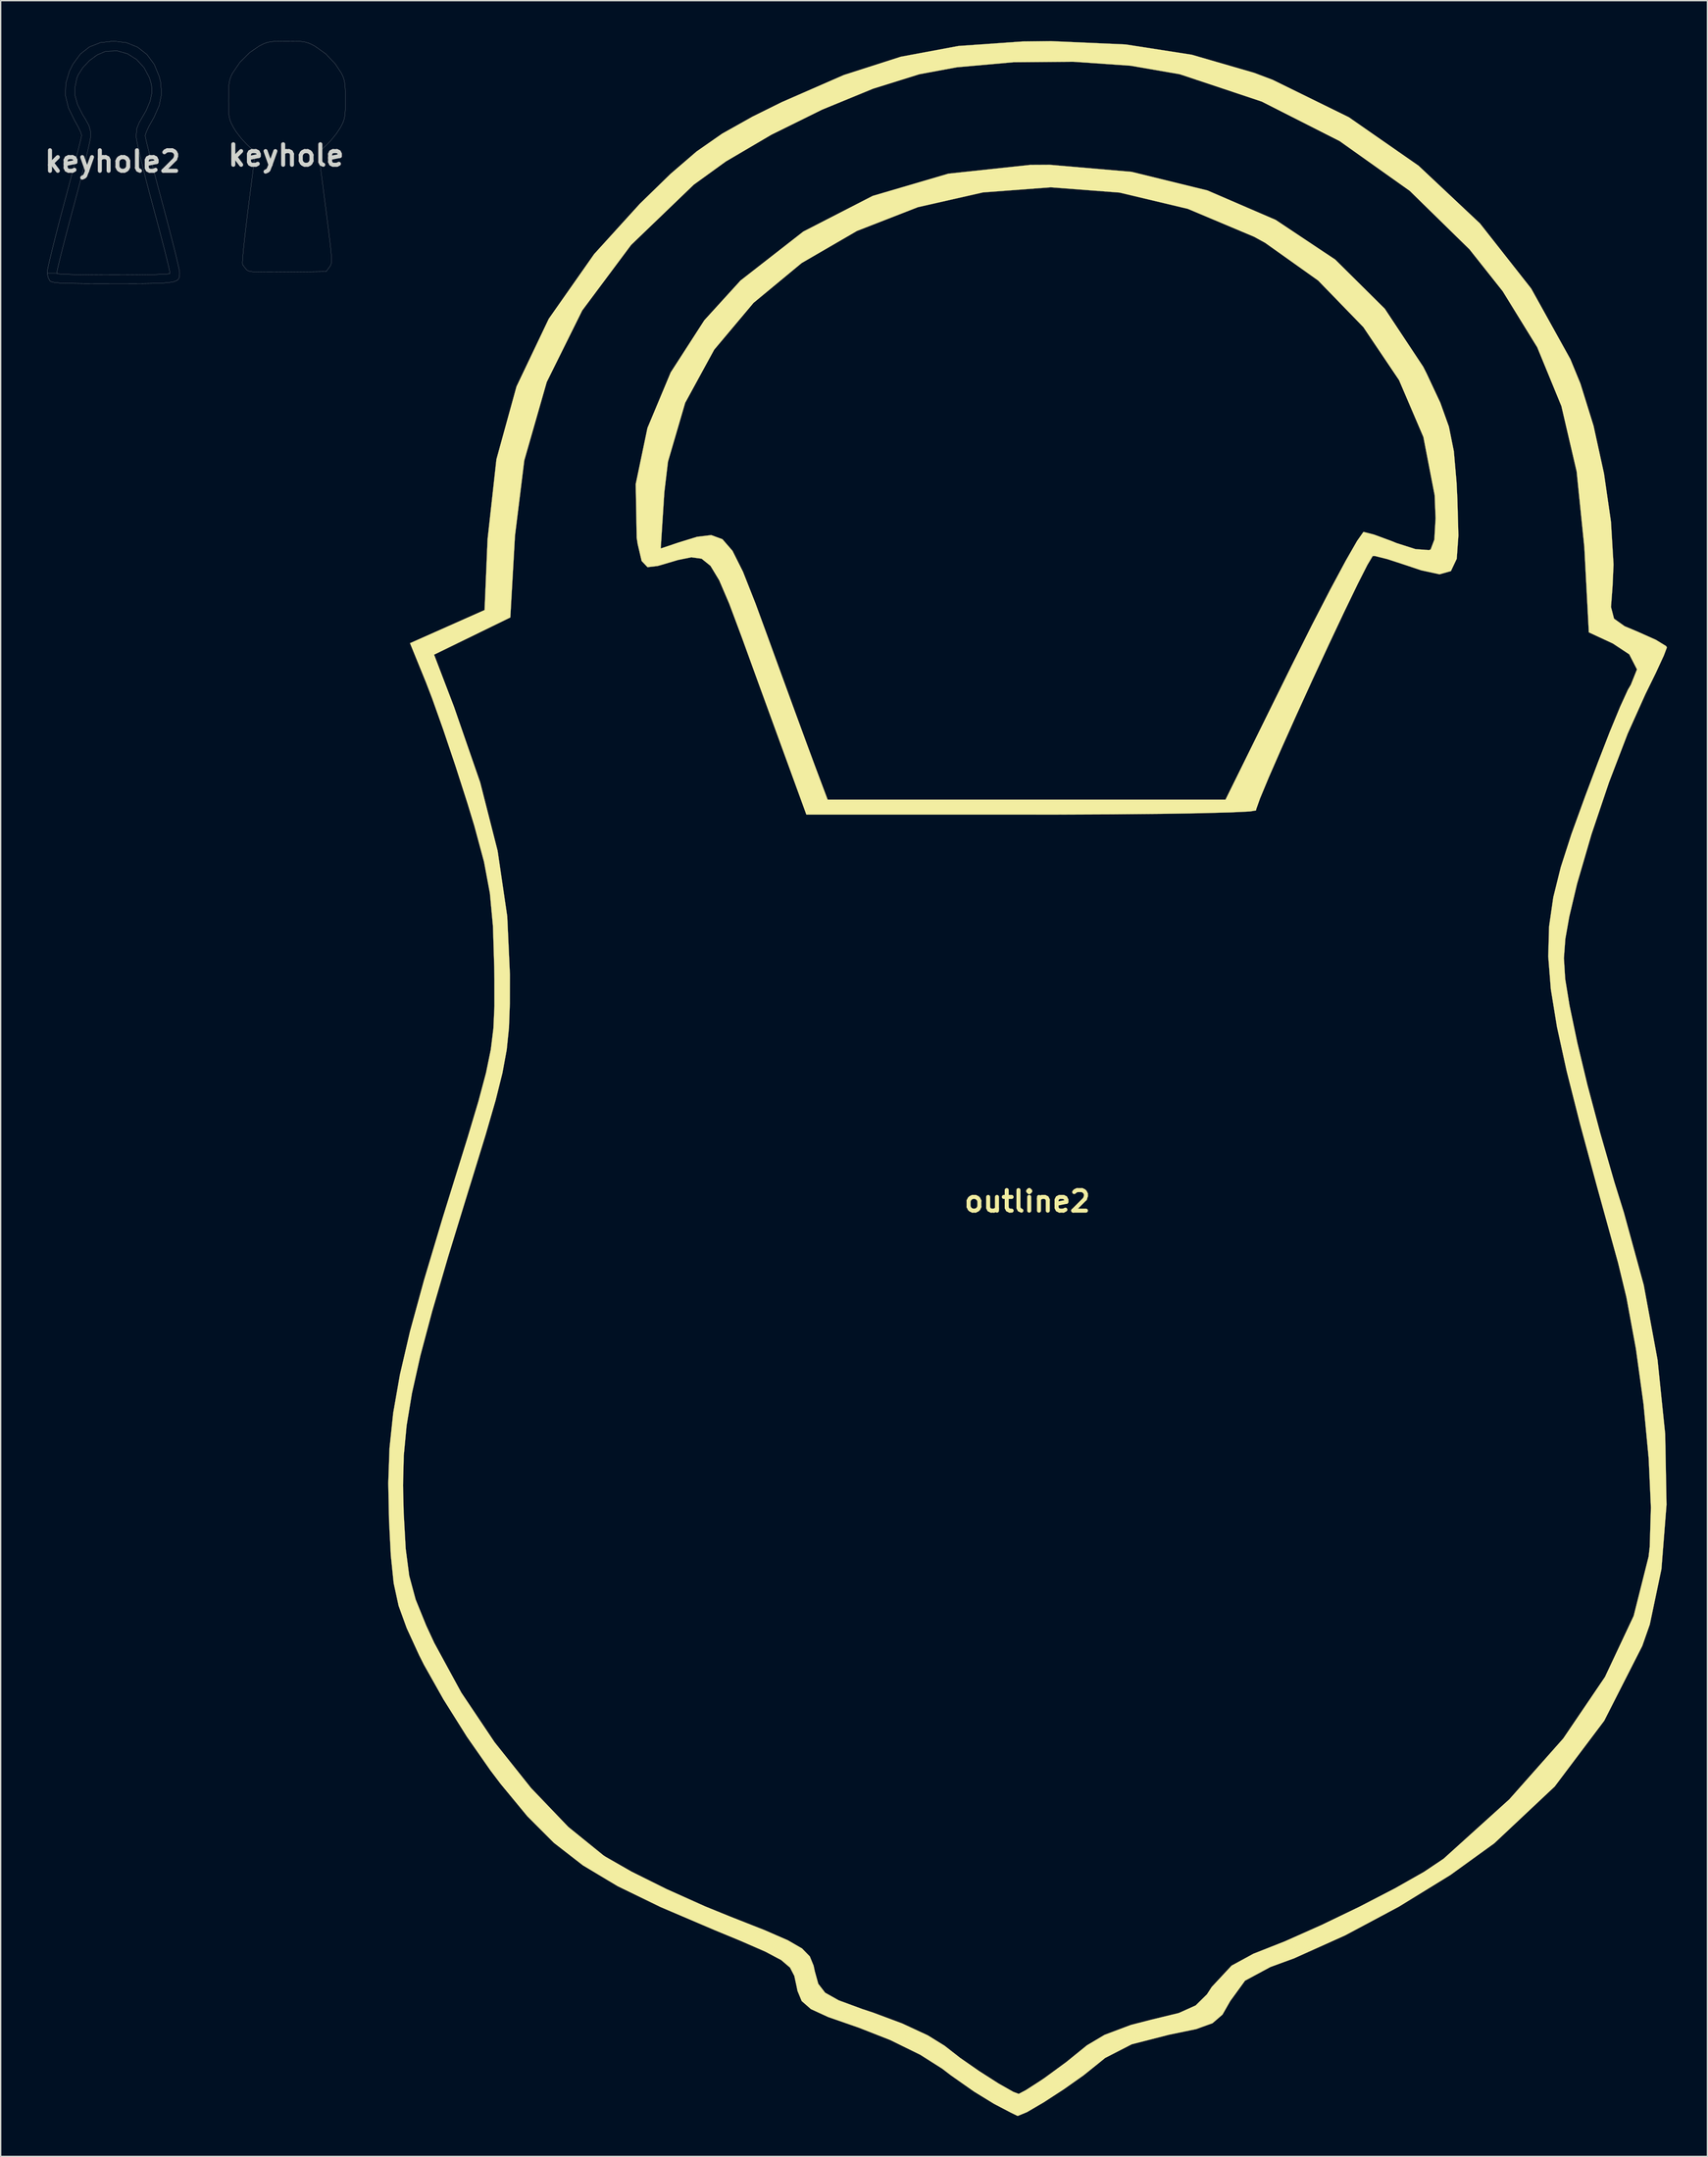
<source format=kicad_pcb>
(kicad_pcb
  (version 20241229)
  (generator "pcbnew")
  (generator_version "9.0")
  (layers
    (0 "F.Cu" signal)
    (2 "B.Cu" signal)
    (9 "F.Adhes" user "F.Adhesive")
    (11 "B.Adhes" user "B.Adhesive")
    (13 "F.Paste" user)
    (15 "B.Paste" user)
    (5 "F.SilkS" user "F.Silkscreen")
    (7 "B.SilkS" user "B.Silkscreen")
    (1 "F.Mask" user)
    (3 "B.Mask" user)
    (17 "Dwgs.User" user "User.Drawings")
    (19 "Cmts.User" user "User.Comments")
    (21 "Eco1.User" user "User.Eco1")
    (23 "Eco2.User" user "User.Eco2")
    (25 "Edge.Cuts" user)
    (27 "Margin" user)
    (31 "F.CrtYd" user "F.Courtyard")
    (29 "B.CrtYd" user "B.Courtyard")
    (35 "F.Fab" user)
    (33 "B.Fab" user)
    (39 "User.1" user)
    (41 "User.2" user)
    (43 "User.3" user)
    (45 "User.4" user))
  (footprint "keyhole2"
    (layer "F.Cu")
    (at 5.305 8.94)
    (property "Reference" "keyhole2" (at 0 0 0) (layer "Edge.Cuts") (effects (font (size 1.524 1.524) (thickness 0.3))))
    (attr through_hole)
    (fp_poly (pts (xy 1.04 -8.82) (xy 1.864 -8.485) (xy 2.554 -7.945) (xy 3.095 -7.214) (xy 3.469 -6.305) (xy 3.58 -5.838) (xy 3.633 -5.003) (xy 3.466 -4.158) (xy 3.071 -3.265) (xy 2.929 -3.02) (xy 2.685 -2.58) (xy 2.505 -2.192) (xy 2.426 -1.933) (xy 2.425 -1.913) (xy 2.458 -1.733) (xy 2.55 -1.334) (xy 2.695 -0.747) (xy 2.885 0.001) (xy 3.113 0.88) (xy 3.372 1.863) (xy 3.654 2.92) (xy 3.702 3.095) (xy 3.988 4.168) (xy 4.252 5.176) (xy 4.486 6.091) (xy 4.683 6.883) (xy 4.835 7.521) (xy 4.936 7.977) (xy 4.977 8.221) (xy 4.978 8.236) (xy 4.975 8.445) (xy 4.949 8.616) (xy 4.877 8.752) (xy 4.735 8.857) (xy 4.5 8.935) (xy 4.148 8.99) (xy 3.655 9.027) (xy 2.998 9.048) (xy 2.152 9.059) (xy 1.095 9.062) (xy 0.031 9.062) (xy -1.175 9.061) (xy -2.151 9.057) (xy -2.922 9.048) (xy -3.514 9.035) (xy -3.951 9.015) (xy -4.259 8.987) (xy -4.463 8.952) (xy -4.589 8.906) (xy -4.65 8.862) (xy -4.789 8.599) (xy -4.84 8.301) (xy -4.14 8.301) (xy -4.138 8.312) (xy -3.998 8.341) (xy -3.639 8.366) (xy -3.098 8.386) (xy -2.413 8.402) (xy -1.621 8.413) (xy -0.757 8.42) (xy 0.139 8.422) (xy 1.033 8.42) (xy 1.887 8.413) (xy 2.664 8.402) (xy 3.327 8.386) (xy 3.839 8.365) (xy 4.163 8.34) (xy 4.264 8.316) (xy 4.246 8.173) (xy 4.168 7.811) (xy 4.035 7.258) (xy 3.855 6.541) (xy 3.635 5.688) (xy 3.381 4.726) (xy 3.101 3.682) (xy 3.051 3.498) (xy 2.754 2.389) (xy 2.481 1.344) (xy 2.241 0.393) (xy 2.041 -0.433) (xy 1.888 -1.103) (xy 1.789 -1.589) (xy 1.752 -1.856) (xy 1.795 -2.431) (xy 1.985 -2.9) (xy 2.01 -2.941) (xy 2.49 -3.775) (xy 2.791 -4.483) (xy 2.921 -5.109) (xy 2.891 -5.697) (xy 2.746 -6.203) (xy 2.338 -6.972) (xy 1.782 -7.576) (xy 1.115 -7.996) (xy 0.374 -8.208) (xy -0.404 -8.191) (xy -0.588 -8.152) (xy -1.15 -7.907) (xy -1.715 -7.49) (xy -2.209 -6.968) (xy -2.562 -6.412) (xy -2.653 -6.176) (xy -2.792 -5.501) (xy -2.777 -4.872) (xy -2.595 -4.226) (xy -2.235 -3.506) (xy -2.012 -3.143) (xy -1.746 -2.658) (xy -1.631 -2.222) (xy -1.618 -1.929) (xy -1.652 -1.675) (xy -1.748 -1.205) (xy -1.897 -0.551) (xy -2.092 0.256) (xy -2.326 1.185) (xy -2.59 2.207) (xy -2.878 3.289) (xy -2.916 3.43) (xy -3.201 4.492) (xy -3.461 5.477) (xy -3.688 6.359) (xy -3.877 7.109) (xy -4.02 7.701) (xy -4.11 8.108) (xy -4.14 8.301) (xy -4.84 8.301) (xy -4.85 8.24) (xy -4.85 8.223) (xy -4.818 8.003) (xy -4.725 7.567) (xy -4.579 6.945) (xy -4.388 6.167) (xy -4.159 5.262) (xy -3.899 4.26) (xy -3.615 3.192) (xy -3.574 3.038) (xy -3.289 1.972) (xy -3.026 0.978) (xy -2.793 0.083) (xy -2.596 -0.684) (xy -2.443 -1.294) (xy -2.342 -1.72) (xy -2.298 -1.933) (xy -2.297 -1.946) (xy -2.361 -2.166) (xy -2.528 -2.528) (xy -2.765 -2.959) (xy -2.802 -3.02) (xy -3.272 -3.977) (xy -3.495 -4.895) (xy -3.472 -5.795) (xy -3.204 -6.699) (xy -2.935 -7.235) (xy -2.386 -7.982) (xy -1.713 -8.51) (xy -0.903 -8.825) (xy 0.054 -8.934) (xy 0.098 -8.935) (xy 1.04 -8.82)) (stroke (width 0.01) (type solid)) (fill no) (layer "Edge.Cuts")))
  (footprint "keyhole"
    (layer "F.Cu")
    (at 18.189 8.493)
    (property "Reference" "keyhole" (at 0 0 0) (layer "Edge.Cuts") (effects (font (size 1.524 1.524) (thickness 0.3))))
    (attr through_hole)
    (fp_poly (pts (xy 0.696 -8.483) (xy 1.142 -8.461) (xy 1.47 -8.409) (xy 1.75 -8.314) (xy 2.05 -8.165) (xy 2.143 -8.114) (xy 2.94 -7.548) (xy 3.643 -6.811) (xy 4.107 -6.107) (xy 4.242 -5.823) (xy 4.329 -5.535) (xy 4.378 -5.175) (xy 4.4 -4.677) (xy 4.404 -4.148) (xy 4.399 -3.516) (xy 4.377 -3.07) (xy 4.324 -2.742) (xy 4.23 -2.462) (xy 4.081 -2.162) (xy 4.031 -2.071) (xy 3.721 -1.603) (xy 3.318 -1.108) (xy 3.035 -0.815) (xy 2.412 -0.233) (xy 2.936 3.864) (xy 3.08 4.99) (xy 3.193 5.891) (xy 3.277 6.594) (xy 3.333 7.127) (xy 3.364 7.518) (xy 3.372 7.794) (xy 3.357 7.984) (xy 3.322 8.115) (xy 3.269 8.215) (xy 3.216 8.289) (xy 2.972 8.616) (xy 0.104 8.65) (xy -0.831 8.659) (xy -1.544 8.662) (xy -2.067 8.655) (xy -2.434 8.636) (xy -2.678 8.604) (xy -2.831 8.556) (xy -2.928 8.491) (xy -2.958 8.458) (xy -3.15 8.214) (xy -3.237 8.083) (xy -3.242 7.924) (xy -3.217 7.543) (xy -3.164 6.972) (xy -3.088 6.241) (xy -2.99 5.383) (xy -2.875 4.429) (xy -2.803 3.85) (xy -2.284 -0.232) (xy -2.907 -0.815) (xy -3.312 -1.248) (xy -3.699 -1.749) (xy -3.903 -2.071) (xy -4.069 -2.388) (xy -4.176 -2.666) (xy -4.239 -2.975) (xy -4.268 -3.383) (xy -4.276 -3.96) (xy -4.276 -4.148) (xy -4.269 -4.799) (xy -4.243 -5.261) (xy -4.186 -5.6) (xy -4.09 -5.883) (xy -3.98 -6.107) (xy -3.422 -6.925) (xy -2.701 -7.642) (xy -2.015 -8.114) (xy -1.698 -8.28) (xy -1.419 -8.388) (xy -1.111 -8.451) (xy -0.703 -8.48) (xy -0.128 -8.488) (xy 0.064 -8.488) (xy 0.696 -8.483)) (stroke (width 0.01) (type solid)) (fill no) (layer "Edge.Cuts")))
  (footprint "outline2"
    (layer "F.Cu")
    (at 73.211 86.136)
    (property "Reference" "outline2" (at 0 0 0) (layer "F.SilkS") (effects (font (size 1.524 1.524) (thickness 0.3))))
    (attr through_hole)
    (fp_poly (pts (xy 7.752 -76.428) (xy 13.376 -75.048) (xy 18.442 -72.862) (xy 22.86 -69.918) (xy 26.541 -66.267) (xy 29.396 -61.957) (xy 29.643 -61.47) (xy 30.663 -59.293) (xy 31.302 -57.511) (xy 31.669 -55.687) (xy 31.869 -53.384) (xy 31.931 -52.125) (xy 32.007 -49.434) (xy 31.883 -47.702) (xy 31.45 -46.788) (xy 30.603 -46.551) (xy 29.233 -46.849) (xy 28.188 -47.201) (xy 26.737 -47.676) (xy 25.806 -47.909) (xy 25.644 -47.907) (xy 25.251 -47.248) (xy 24.521 -45.809) (xy 23.54 -43.781) (xy 22.396 -41.355) (xy 21.176 -38.721) (xy 19.967 -36.07) (xy 18.857 -33.591) (xy 17.933 -31.476) (xy 17.283 -29.915) (xy 16.992 -29.098) (xy 16.99 -29.024) (xy 16.54 -28.947) (xy 15.115 -28.877) (xy 12.848 -28.816) (xy 9.867 -28.767) (xy 6.305 -28.733) (xy 2.291 -28.715) (xy 0.451 -28.713) (xy -16.4 -28.713) (xy -19.934 -38.406) (xy -21.18 -41.839) (xy -22.124 -44.366) (xy -22.869 -46.106) (xy -23.518 -47.18) (xy -24.175 -47.709) (xy -24.942 -47.814) (xy -25.922 -47.614) (xy -27.219 -47.231) (xy -27.429 -47.171) (xy -28.191 -47.081) (xy -28.627 -47.538) (xy -28.845 -48.468) (xy -27.21 -48.468) (xy -25.891 -48.911) (xy -24.51 -49.336) (xy -23.462 -49.461) (xy -22.627 -49.155) (xy -21.881 -48.292) (xy -21.104 -46.742) (xy -20.171 -44.377) (xy -19.287 -41.965) (xy -18.231 -39.061) (xy -17.231 -36.323) (xy -16.386 -34.02) (xy -15.794 -32.419) (xy -15.699 -32.164) (xy -14.817 -29.817) (xy 14.714 -29.817) (xy 19.617 -39.757) (xy 21.13 -42.778) (xy 22.499 -45.43) (xy 23.644 -47.563) (xy 24.484 -49.028) (xy 24.941 -49.677) (xy 24.978 -49.696) (xy 25.745 -49.499) (xy 27.066 -49.012) (xy 27.409 -48.871) (xy 28.816 -48.422) (xy 29.816 -48.346) (xy 29.945 -48.394) (xy 30.22 -49.124) (xy 30.312 -50.71) (xy 30.244 -52.419) (xy 29.407 -56.742) (xy 27.599 -60.965) (xy 24.951 -64.899) (xy 21.594 -68.36) (xy 17.658 -71.159) (xy 16.841 -71.608) (xy 11.919 -73.681) (xy 6.848 -74.889) (xy 1.742 -75.279) (xy -3.286 -74.901) (xy -8.12 -73.805) (xy -12.646 -72.04) (xy -16.751 -69.656) (xy -20.321 -66.701) (xy -23.24 -63.227) (xy -25.395 -59.281) (xy -26.672 -54.913) (xy -26.941 -52.654) (xy -27.21 -48.468) (xy -28.845 -48.468) (xy -28.92 -48.787) (xy -28.994 -49.262) (xy -29.067 -53.249) (xy -28.196 -57.414) (xy -26.47 -61.539) (xy -23.975 -65.408) (xy -21.288 -68.36) (xy -16.626 -71.996) (xy -11.477 -74.643) (xy -5.857 -76.294) (xy 0.218 -76.944) (xy 1.659 -76.952) (xy 7.752 -76.428)) (stroke (width 0.01) (type solid)) (fill yes) (layer "F.SilkS"))
    (fp_poly (pts (xy 7.307 -85.886) (xy 12.209 -85.124) (xy 16.842 -83.78) (xy 18.222 -83.259) (xy 23.872 -80.484) (xy 29.047 -76.885) (xy 33.606 -72.6) (xy 37.409 -67.767) (xy 40.319 -62.524) (xy 41.064 -60.712) (xy 42.04 -57.573) (xy 42.817 -54.024) (xy 43.332 -50.461) (xy 43.523 -47.279) (xy 43.453 -45.694) (xy 43.336 -44.125) (xy 43.56 -43.258) (xy 44.341 -42.701) (xy 45.337 -42.282) (xy 46.664 -41.688) (xy 47.42 -41.226) (xy 47.487 -41.126) (xy 47.257 -40.516) (xy 46.657 -39.216) (xy 45.898 -37.67) (xy 44.573 -34.72) (xy 43.189 -31.107) (xy 41.888 -27.252) (xy 40.817 -23.579) (xy 40.238 -21.135) (xy 39.946 -19.488) (xy 39.839 -18.054) (xy 39.935 -16.512) (xy 40.256 -14.544) (xy 40.823 -11.832) (xy 40.841 -11.748) (xy 41.579 -8.665) (xy 42.54 -5.058) (xy 43.582 -1.446) (xy 44.291 0.828) (xy 45.766 6.212) (xy 46.791 11.762) (xy 47.358 17.267) (xy 47.457 22.518) (xy 47.08 27.302) (xy 46.217 31.409) (xy 45.657 33.007) (xy 42.833 38.558) (xy 39.156 43.442) (xy 34.668 47.66) (xy 31.413 50.011) (xy 27.594 52.36) (xy 23.599 54.493) (xy 19.815 56.195) (xy 18.049 56.842) (xy 16.168 57.855) (xy 15.07 59.366) (xy 14.494 60.374) (xy 13.753 61.013) (xy 12.535 61.453) (xy 10.55 61.863) (xy 7.758 62.577) (xy 5.78 63.594) (xy 5.246 64.028) (xy 4.162 64.896) (xy 2.718 65.915) (xy 1.222 66.888) (xy -0.021 67.615) (xy -0.704 67.897) (xy -0.722 67.895) (xy -1.227 67.649) (xy -2.32 67.077) (xy -2.485 66.989) (xy -3.948 66.092) (xy -5.677 64.878) (xy -6.316 64.388) (xy -7.945 63.356) (xy -10.174 62.262) (xy -12.536 61.335) (xy -12.666 61.291) (xy -14.781 60.555) (xy -16.063 59.965) (xy -16.746 59.369) (xy -17.058 58.612) (xy -17.117 58.313) (xy -17.293 57.502) (xy -17.614 56.883) (xy -18.267 56.326) (xy -19.439 55.704) (xy -21.315 54.886) (xy -23.191 54.111) (xy -27.224 52.389) (xy -30.416 50.836) (xy -32.984 49.298) (xy -35.144 47.621) (xy -37.112 45.651) (xy -39.105 43.236) (xy -39.858 42.241) (xy -41.6 39.744) (xy -43.346 36.964) (xy -44.794 34.393) (xy -45.148 33.688) (xy -46.068 31.685) (xy -46.67 30.027) (xy -47.036 28.344) (xy -47.249 26.266) (xy -47.38 23.697) (xy -47.434 21.083) (xy -46.341 21.083) (xy -46.293 23.093) (xy -46.143 25.782) (xy -45.881 27.793) (xy -45.406 29.555) (xy -44.619 31.494) (xy -44.02 32.784) (xy -42.01 36.475) (xy -39.547 40.149) (xy -36.833 43.556) (xy -34.071 46.441) (xy -31.463 48.553) (xy -31.313 48.652) (xy -29.369 49.765) (xy -26.775 51.055) (xy -23.923 52.335) (xy -22.05 53.097) (xy -19.485 54.108) (xy -17.77 54.857) (xy -16.718 55.465) (xy -16.144 56.052) (xy -15.862 56.739) (xy -15.772 57.158) (xy -15.515 58.086) (xy -15.005 58.748) (xy -13.999 59.314) (xy -12.256 59.956) (xy -11.448 60.223) (xy -9.289 61.029) (xy -7.382 61.914) (xy -6.121 62.695) (xy -6.074 62.735) (xy -4.986 63.583) (xy -3.563 64.572) (xy -2.135 65.485) (xy -1.035 66.109) (xy -0.637 66.259) (xy -0.105 65.979) (xy 0.976 65.284) (xy 1.295 65.068) (xy 2.895 63.896) (xy 4.369 62.703) (xy 4.417 62.661) (xy 5.739 61.876) (xy 7.695 61.14) (xy 9.237 60.744) (xy 11.25 60.256) (xy 12.503 59.693) (xy 13.338 58.87) (xy 13.696 58.319) (xy 15.169 56.737) (xy 16.781 55.859) (xy 19.133 54.929) (xy 21.854 53.717) (xy 24.667 52.361) (xy 27.295 50.999) (xy 29.462 49.771) (xy 30.89 48.813) (xy 30.922 48.788) (xy 35.785 44.393) (xy 39.792 39.872) (xy 42.887 35.306) (xy 45.017 30.777) (xy 46.127 26.368) (xy 46.21 25.641) (xy 46.298 22.729) (xy 46.132 19.086) (xy 45.748 15.047) (xy 45.184 10.945) (xy 44.478 7.117) (xy 43.86 4.563) (xy 42.305 -1.059) (xy 41.035 -5.758) (xy 40.042 -9.677) (xy 39.322 -12.958) (xy 38.869 -15.746) (xy 38.676 -18.182) (xy 38.739 -20.41) (xy 39.05 -22.572) (xy 39.606 -24.811) (xy 40.399 -27.27) (xy 41.424 -30.093) (xy 42.359 -32.578) (xy 43.237 -34.841) (xy 44.016 -36.726) (xy 44.591 -37.984) (xy 44.806 -38.348) (xy 45.263 -39.492) (xy 44.688 -40.61) (xy 43.472 -41.413) (xy 41.689 -42.241) (xy 41.353 -48.591) (xy 40.785 -54.183) (xy 39.653 -59.034) (xy 37.857 -63.407) (xy 35.295 -67.563) (xy 32.829 -70.674) (xy 28.395 -75.016) (xy 23.189 -78.712) (xy 17.409 -81.644) (xy 11.32 -83.674) (xy 7.673 -84.306) (xy 3.409 -84.603) (xy -1.038 -84.565) (xy -5.232 -84.19) (xy -8.007 -83.675) (xy -11.441 -82.603) (xy -15.227 -81.047) (xy -18.995 -79.185) (xy -22.376 -77.198) (xy -24.756 -75.477) (xy -29.408 -71.003) (xy -33.038 -66.137) (xy -35.672 -60.824) (xy -37.339 -55.007) (xy -38.029 -49.42) (xy -38.376 -43.346) (xy -44.035 -40.584) (xy -42.557 -36.719) (xy -40.614 -31.104) (xy -39.318 -26.02) (xy -38.604 -21.157) (xy -38.406 -16.855) (xy -38.411 -14.682) (xy -38.476 -12.891) (xy -38.644 -11.251) (xy -38.96 -9.532) (xy -39.467 -7.504) (xy -40.211 -4.936) (xy -41.236 -1.599) (xy -41.513 -0.709) (xy -43.008 4.164) (xy -44.178 8.165) (xy -45.056 11.465) (xy -45.676 14.235) (xy -46.075 16.647) (xy -46.285 18.873) (xy -46.341 21.083) (xy -47.434 21.083) (xy -47.438 20.931) (xy -47.346 18.329) (xy -47.07 15.705) (xy -46.574 12.873) (xy -45.823 9.648) (xy -44.782 5.844) (xy -43.416 1.275) (xy -42.648 -1.198) (xy -41.549 -4.732) (xy -40.741 -7.438) (xy -40.18 -9.543) (xy -39.825 -11.272) (xy -39.631 -12.851) (xy -39.556 -14.505) (xy -39.558 -16.46) (xy -39.571 -17.393) (xy -39.665 -20.421) (xy -39.893 -22.875) (xy -40.33 -25.211) (xy -41.051 -27.887) (xy -41.555 -29.541) (xy -42.449 -32.325) (xy -43.366 -35.047) (xy -44.182 -37.342) (xy -44.637 -38.526) (xy -45.824 -41.437) (xy -43.056 -42.668) (xy -40.288 -43.898) (xy -40.066 -49.143) (xy -39.408 -55.085) (xy -37.918 -60.491) (xy -35.523 -65.518) (xy -32.153 -70.324) (xy -28.763 -74.057) (xy -26.472 -76.287) (xy -24.552 -77.939) (xy -22.648 -79.266) (xy -20.405 -80.524) (xy -18.222 -81.606) (xy -13.621 -83.617) (xy -9.391 -84.974) (xy -5.113 -85.772) (xy -0.367 -86.106) (xy 1.766 -86.131) (xy 7.307 -85.886)) (stroke (width 0.01) (type solid)) (fill yes) (layer "F.SilkS")))
  (gr_rect
    (start -3 -3)
    (end 123.703 157.038)
    (stroke (width 0.1) (type default))
    (fill no)
    (layer "Edge.Cuts")))
</source>
